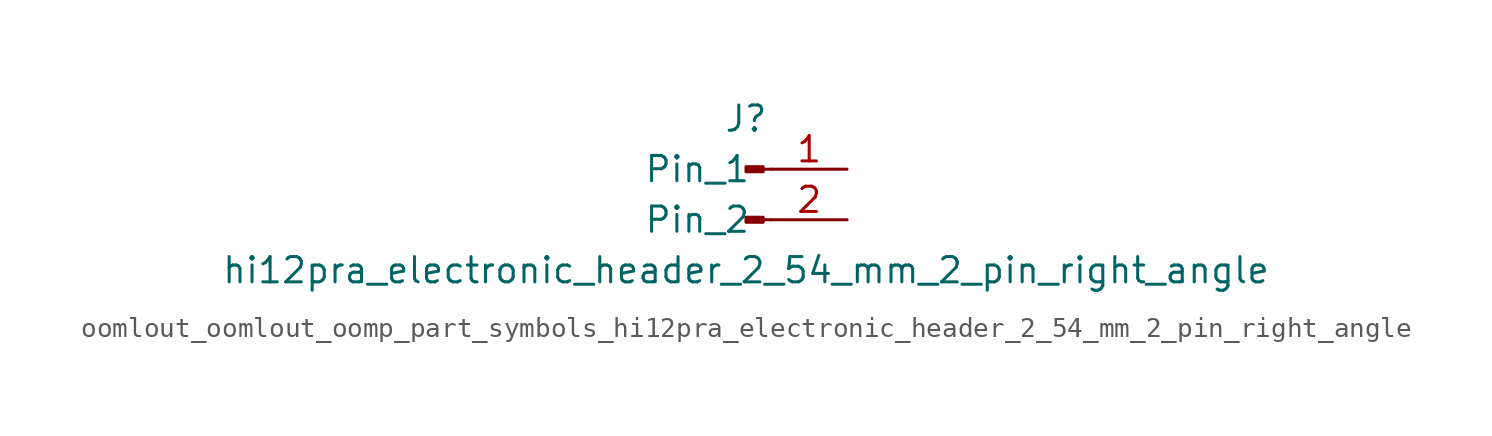
<source format=kicad_sym>
(kicad_symbol_lib
  (version 20220914)
  (generator kicad_symbol_editor)
  (symbol "oomlout_oomlout_oomp_part_symbols_hi12pra_electronic_header_2_54_mm_2_pin_right_angle"
    (pin_names
      (offset 1.016))
    (property "Reference" "J"
      (at 0 2.54 0)
      (effects (font (size 1.27 1.27))))
    (property "Value" "hi12pra_electronic_header_2_54_mm_2_pin_right_angle"
      (at 0 -5.08 0)
      (effects (font (size 1.27 1.27))))
    (property "ki_locked" ""
      (at 0 0 0)
      (effects (font (size 1.27 1.27))))
    (symbol "oomlout_oomlout_oomp_part_symbols_hi12pra_electronic_header_2_54_mm_2_pin_right_angle_1_1"
      (polyline (pts (xy 1.27 -2.54) (xy 0.864 -2.54)) (stroke (width 0.152) (type default)) (fill (type none)))
      (polyline (pts (xy 1.27 0) (xy 0.864 0)) (stroke (width 0.152) (type default)) (fill (type none)))
      (rectangle (start 0.864 -2.413) (end 0 -2.667) (stroke (width 0.152) (type default)) (fill (type outline)))
      (rectangle (start 0.864 0.127) (end 0 -0.127) (stroke (width 0.152) (type default)) (fill (type outline)))
      (pin passive line (at 5.08 0 180) (length 3.81) (name "Pin_1" (effects (font (size 1.27 1.27)))) (number "1" (effects (font (size 1.27 1.27)))))
      (pin passive line (at 5.08 -2.54 180) (length 3.81) (name "Pin_2" (effects (font (size 1.27 1.27)))) (number "2" (effects (font (size 1.27 1.27))))))))
</source>
